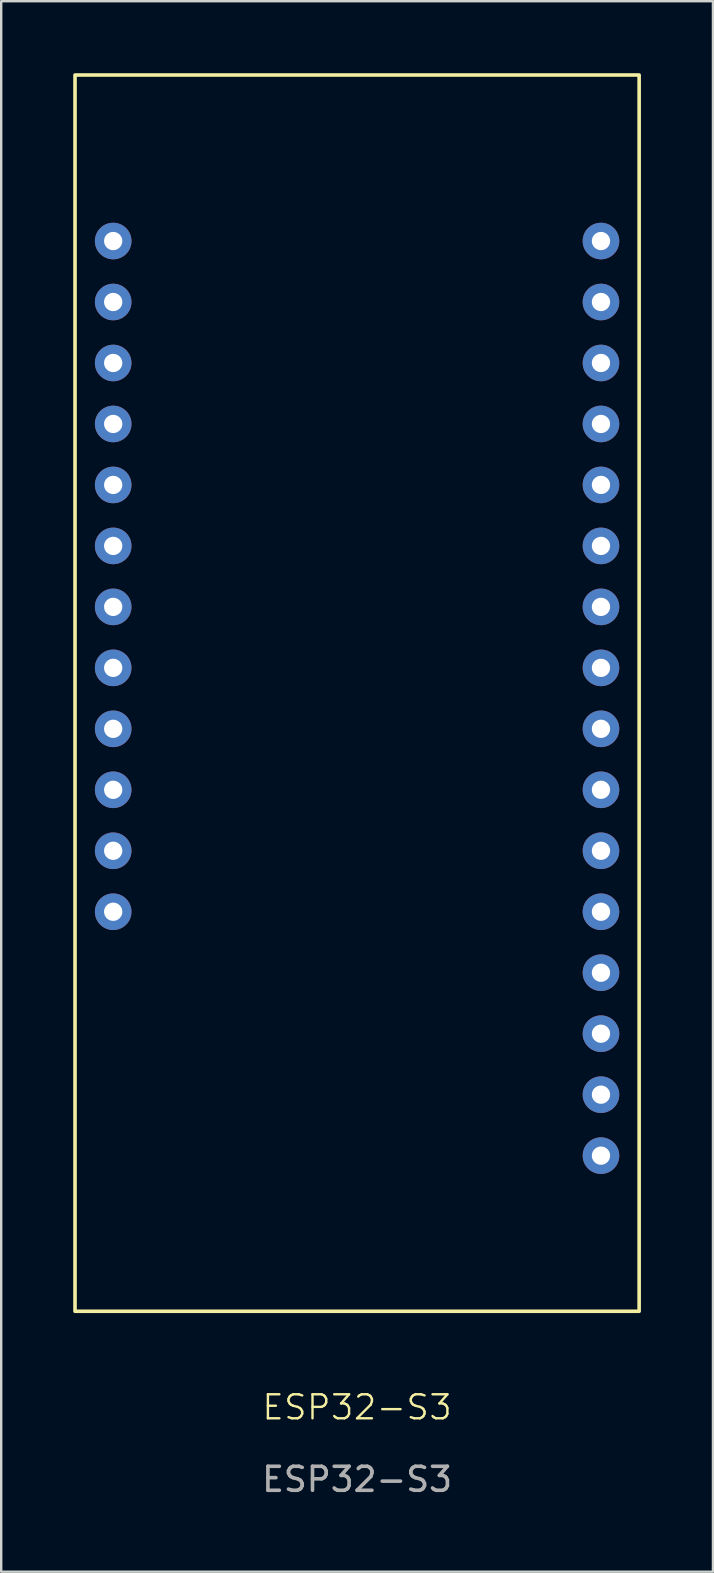
<source format=kicad_pcb>
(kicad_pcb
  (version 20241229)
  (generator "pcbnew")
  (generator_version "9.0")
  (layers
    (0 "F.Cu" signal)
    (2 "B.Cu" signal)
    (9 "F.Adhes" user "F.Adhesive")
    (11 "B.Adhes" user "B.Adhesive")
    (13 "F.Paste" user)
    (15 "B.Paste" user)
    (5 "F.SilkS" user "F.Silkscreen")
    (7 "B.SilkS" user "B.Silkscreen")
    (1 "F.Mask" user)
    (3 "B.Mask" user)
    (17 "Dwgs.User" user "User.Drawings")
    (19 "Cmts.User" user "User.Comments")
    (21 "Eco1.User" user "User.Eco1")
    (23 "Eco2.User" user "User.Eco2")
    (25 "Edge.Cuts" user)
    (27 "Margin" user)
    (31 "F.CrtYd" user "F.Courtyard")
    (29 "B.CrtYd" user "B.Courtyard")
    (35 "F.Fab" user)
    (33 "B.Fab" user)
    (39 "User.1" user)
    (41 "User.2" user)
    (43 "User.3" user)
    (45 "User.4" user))
  (footprint "ESP32-S3"
    (layer "F.Cu")
    (at 11.825 56.075)
    (property "Reference" "ESP32-S3" (at 0 -0.5 0) (unlocked yes) (layer "F.SilkS") (effects (font (size 1 1) (thickness 0.1))))
    (attr through_hole)
    (fp_rect (start -11.75 -56) (end 11.75 -4.5) (stroke (width 0.15) (type solid)) (fill no) (layer "F.SilkS"))
    (fp_text user "${REFERENCE}" (at 0 2.5 0) (unlocked yes) (layer "F.Fab") (effects (font (size 1 1) (thickness 0.15))))
    (pad "1" thru_hole circle (at -10.16 -49.084) (size 1.524 1.524) (drill 0.762) (layers "*.Cu" "*.Mask"))
    (pad "2" thru_hole circle (at -10.16 -46.544) (size 1.524 1.524) (drill 0.762) (layers "*.Cu" "*.Mask"))
    (pad "3" thru_hole circle (at -10.16 -44.004) (size 1.524 1.524) (drill 0.762) (layers "*.Cu" "*.Mask"))
    (pad "4" thru_hole circle (at -10.16 -41.464) (size 1.524 1.524) (drill 0.762) (layers "*.Cu" "*.Mask"))
    (pad "5" thru_hole circle (at -10.16 -38.924) (size 1.524 1.524) (drill 0.762) (layers "*.Cu" "*.Mask"))
    (pad "6" thru_hole circle (at -10.16 -36.384) (size 1.524 1.524) (drill 0.762) (layers "*.Cu" "*.Mask"))
    (pad "7" thru_hole circle (at -10.16 -33.844) (size 1.524 1.524) (drill 0.762) (layers "*.Cu" "*.Mask"))
    (pad "8" thru_hole circle (at -10.16 -31.304) (size 1.524 1.524) (drill 0.762) (layers "*.Cu" "*.Mask"))
    (pad "9" thru_hole circle (at -10.16 -28.764) (size 1.524 1.524) (drill 0.762) (layers "*.Cu" "*.Mask"))
    (pad "10" thru_hole circle (at -10.16 -26.224) (size 1.524 1.524) (drill 0.762) (layers "*.Cu" "*.Mask"))
    (pad "11" thru_hole circle (at -10.16 -23.684) (size 1.524 1.524) (drill 0.762) (layers "*.Cu" "*.Mask"))
    (pad "12" thru_hole circle (at -10.16 -21.144) (size 1.524 1.524) (drill 0.762) (layers "*.Cu" "*.Mask"))
    (pad "13" thru_hole circle (at 10.16 -49.084) (size 1.524 1.524) (drill 0.762) (layers "*.Cu" "*.Mask"))
    (pad "14" thru_hole circle (at 10.16 -46.544) (size 1.524 1.524) (drill 0.762) (layers "*.Cu" "*.Mask"))
    (pad "15" thru_hole circle (at 10.16 -44.004) (size 1.524 1.524) (drill 0.762) (layers "*.Cu" "*.Mask"))
    (pad "16" thru_hole circle (at 10.16 -41.464) (size 1.524 1.524) (drill 0.762) (layers "*.Cu" "*.Mask"))
    (pad "17" thru_hole circle (at 10.16 -38.924) (size 1.524 1.524) (drill 0.762) (layers "*.Cu" "*.Mask"))
    (pad "18" thru_hole circle (at 10.16 -36.384) (size 1.524 1.524) (drill 0.762) (layers "*.Cu" "*.Mask"))
    (pad "19" thru_hole circle (at 10.16 -33.844) (size 1.524 1.524) (drill 0.762) (layers "*.Cu" "*.Mask"))
    (pad "20" thru_hole circle (at 10.16 -31.304) (size 1.524 1.524) (drill 0.762) (layers "*.Cu" "*.Mask"))
    (pad "21" thru_hole circle (at 10.16 -28.764) (size 1.524 1.524) (drill 0.762) (layers "*.Cu" "*.Mask"))
    (pad "22" thru_hole circle (at 10.16 -26.224) (size 1.524 1.524) (drill 0.762) (layers "*.Cu" "*.Mask"))
    (pad "23" thru_hole circle (at 10.16 -23.684) (size 1.524 1.524) (drill 0.762) (layers "*.Cu" "*.Mask"))
    (pad "24" thru_hole circle (at 10.16 -21.144) (size 1.524 1.524) (drill 0.762) (layers "*.Cu" "*.Mask"))
    (pad "25" thru_hole circle (at 10.16 -18.604) (size 1.524 1.524) (drill 0.762) (layers "*.Cu" "*.Mask"))
    (pad "26" thru_hole circle (at 10.16 -16.064) (size 1.524 1.524) (drill 0.762) (layers "*.Cu" "*.Mask"))
    (pad "27" thru_hole circle (at 10.16 -13.524) (size 1.524 1.524) (drill 0.762) (layers "*.Cu" "*.Mask"))
    (pad "28" thru_hole circle (at 10.16 -10.984) (size 1.524 1.524) (drill 0.762) (layers "*.Cu" "*.Mask")))
  (gr_rect
    (start -3 -3)
    (end 26.65 62.423)
    (stroke (width 0.1) (type default))
    (fill no)
    (layer "Edge.Cuts")))
</source>
